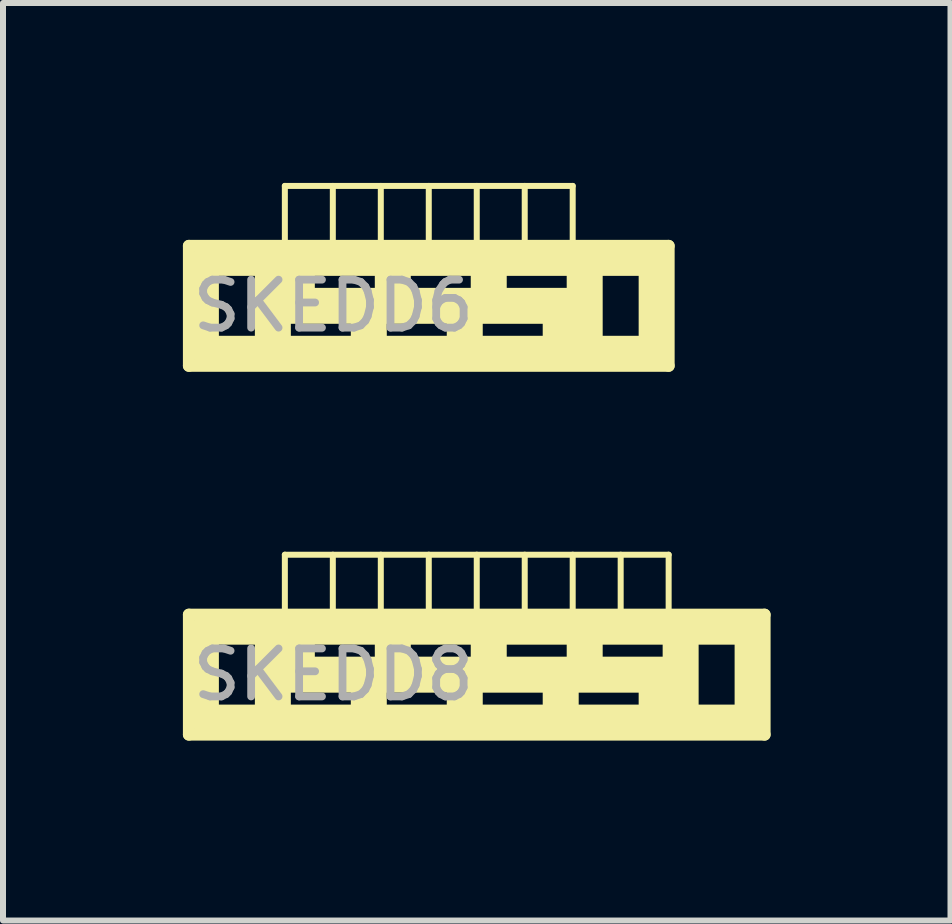
<source format=kicad_pcb>
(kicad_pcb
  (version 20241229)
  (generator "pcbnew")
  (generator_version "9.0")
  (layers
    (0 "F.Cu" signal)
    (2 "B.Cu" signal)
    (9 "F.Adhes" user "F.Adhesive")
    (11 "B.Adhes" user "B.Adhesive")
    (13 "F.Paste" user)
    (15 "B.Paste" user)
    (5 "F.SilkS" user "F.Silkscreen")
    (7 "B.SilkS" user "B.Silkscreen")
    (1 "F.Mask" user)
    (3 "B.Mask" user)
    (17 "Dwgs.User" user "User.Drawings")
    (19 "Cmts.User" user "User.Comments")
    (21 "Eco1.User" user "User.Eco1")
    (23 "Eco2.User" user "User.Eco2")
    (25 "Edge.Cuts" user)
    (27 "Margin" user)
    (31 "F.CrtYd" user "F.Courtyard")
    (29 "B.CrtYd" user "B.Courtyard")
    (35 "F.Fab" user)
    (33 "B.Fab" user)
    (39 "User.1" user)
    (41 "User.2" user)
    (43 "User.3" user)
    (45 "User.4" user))
  (footprint "SKEDD8"
    (layer "F.Cu")
    (at 4.9 8.2)
    (property "Reference" "SKEDD8" (at -4.8 0 0) (layer "F.Fab") (effects (font (size 0.8 0.8) (thickness 0.13)) (justify left)))
    (attr through_hole)
    (fp_line (start -4.8 -1) (end -4.8 1) (stroke (width 0.2) (type solid)) (layer "F.SilkS"))
    (fp_line (start -4.8 1) (end 4.8 1) (stroke (width 0.2) (type solid)) (layer "F.SilkS"))
    (fp_line (start -4.6 -0.8) (end -4.6 0.8) (stroke (width 0.3) (type solid)) (layer "F.SilkS"))
    (fp_line (start -4.4 -0.6) (end -4.4 0.6) (stroke (width 0.2) (type solid)) (layer "F.SilkS"))
    (fp_line (start -4.4 0.6) (end -3.6 0.6) (stroke (width 0.2) (type solid)) (layer "F.SilkS"))
    (fp_line (start -3.6 -0.6) (end -4.4 -0.6) (stroke (width 0.2) (type solid)) (layer "F.SilkS"))
    (fp_line (start -3.6 0.6) (end -3.6 -0.6) (stroke (width 0.2) (type solid)) (layer "F.SilkS"))
    (fp_line (start -3.4 -0.8) (end -3.4 0.8) (stroke (width 0.3) (type solid)) (layer "F.SilkS"))
    (fp_line (start -3.2 -1) (end -3.2 -2) (stroke (width 0.1) (type solid)) (layer "F.SilkS"))
    (fp_line (start -3.2 -0.6) (end -3.2 -0.2) (stroke (width 0.3) (type solid)) (layer "F.SilkS"))
    (fp_line (start -3.2 0.2) (end -3.2 0.6) (stroke (width 0.2) (type solid)) (layer "F.SilkS"))
    (fp_line (start -3 -0.6) (end -3 -0.2) (stroke (width 0.3) (type solid)) (layer "F.SilkS"))
    (fp_line (start -2.8 -0.6) (end -2.8 -0.2) (stroke (width 0.2) (type solid)) (layer "F.SilkS"))
    (fp_line (start -2.4 -1) (end -2.4 -2) (stroke (width 0.1) (type solid)) (layer "F.SilkS"))
    (fp_line (start -2 0.2) (end -3.2 0.2) (stroke (width 0.2) (type solid)) (layer "F.SilkS"))
    (fp_line (start -2 0.2) (end -2 0.6) (stroke (width 0.2) (type solid)) (layer "F.SilkS"))
    (fp_line (start -2 0.6) (end -3.2 0.6) (stroke (width 0.2) (type solid)) (layer "F.SilkS"))
    (fp_line (start -1.8 0.2) (end -1.8 0.6) (stroke (width 0.3) (type solid)) (layer "F.SilkS"))
    (fp_line (start -1.6 -1) (end -1.6 -2) (stroke (width 0.1) (type solid)) (layer "F.SilkS"))
    (fp_line (start -1.6 -0.6) (end -2.8 -0.6) (stroke (width 0.2) (type solid)) (layer "F.SilkS"))
    (fp_line (start -1.6 -0.6) (end -1.6 -0.2) (stroke (width 0.2) (type solid)) (layer "F.SilkS"))
    (fp_line (start -1.6 -0.2) (end -2.8 -0.2) (stroke (width 0.2) (type solid)) (layer "F.SilkS"))
    (fp_line (start -1.6 0.2) (end -1.6 0.6) (stroke (width 0.2) (type solid)) (layer "F.SilkS"))
    (fp_line (start -1.4 -0.6) (end -1.4 -0.2) (stroke (width 0.3) (type solid)) (layer "F.SilkS"))
    (fp_line (start -1.2 -0.6) (end -1.2 -0.2) (stroke (width 0.2) (type solid)) (layer "F.SilkS"))
    (fp_line (start -0.8 -1) (end -0.8 -2) (stroke (width 0.1) (type solid)) (layer "F.SilkS"))
    (fp_line (start -0.4 0.2) (end -1.6 0.2) (stroke (width 0.2) (type solid)) (layer "F.SilkS"))
    (fp_line (start -0.4 0.2) (end -0.4 0.6) (stroke (width 0.2) (type solid)) (layer "F.SilkS"))
    (fp_line (start -0.4 0.6) (end -1.6 0.6) (stroke (width 0.2) (type solid)) (layer "F.SilkS"))
    (fp_line (start -0.2 0.2) (end -0.2 0.6) (stroke (width 0.3) (type solid)) (layer "F.SilkS"))
    (fp_line (start 0 -1) (end 0 -2) (stroke (width 0.1) (type solid)) (layer "F.SilkS"))
    (fp_line (start 0 -0.6) (end -1.2 -0.6) (stroke (width 0.2) (type solid)) (layer "F.SilkS"))
    (fp_line (start 0 -0.6) (end 0 -0.2) (stroke (width 0.2) (type solid)) (layer "F.SilkS"))
    (fp_line (start 0 -0.2) (end -1.2 -0.2) (stroke (width 0.2) (type solid)) (layer "F.SilkS"))
    (fp_line (start 0 0.2) (end 0 0.6) (stroke (width 0.2) (type solid)) (layer "F.SilkS"))
    (fp_line (start 0.2 -0.6) (end 0.2 -0.2) (stroke (width 0.3) (type solid)) (layer "F.SilkS"))
    (fp_line (start 0.4 -0.6) (end 0.4 -0.2) (stroke (width 0.2) (type solid)) (layer "F.SilkS"))
    (fp_line (start 0.8 -1) (end 0.8 -2) (stroke (width 0.1) (type solid)) (layer "F.SilkS"))
    (fp_line (start 1.2 0.2) (end 0 0.2) (stroke (width 0.2) (type solid)) (layer "F.SilkS"))
    (fp_line (start 1.2 0.2) (end 1.2 0.6) (stroke (width 0.2) (type solid)) (layer "F.SilkS"))
    (fp_line (start 1.2 0.6) (end 0 0.6) (stroke (width 0.2) (type solid)) (layer "F.SilkS"))
    (fp_line (start 1.4 0.2) (end 1.4 0.6) (stroke (width 0.3) (type solid)) (layer "F.SilkS"))
    (fp_line (start 1.6 -1) (end 1.6 -2) (stroke (width 0.1) (type solid)) (layer "F.SilkS"))
    (fp_line (start 1.6 -0.6) (end 0.4 -0.6) (stroke (width 0.2) (type solid)) (layer "F.SilkS"))
    (fp_line (start 1.6 -0.6) (end 1.6 -0.2) (stroke (width 0.2) (type solid)) (layer "F.SilkS"))
    (fp_line (start 1.6 -0.2) (end 0.4 -0.2) (stroke (width 0.2) (type solid)) (layer "F.SilkS"))
    (fp_line (start 1.6 0.2) (end 1.6 0.6) (stroke (width 0.2) (type solid)) (layer "F.SilkS"))
    (fp_line (start 1.8 -0.6) (end 1.8 -0.2) (stroke (width 0.3) (type solid)) (layer "F.SilkS"))
    (fp_line (start 2 -0.6) (end 2 -0.2) (stroke (width 0.2) (type solid)) (layer "F.SilkS"))
    (fp_line (start 2.4 -1) (end 2.4 -2) (stroke (width 0.1) (type solid)) (layer "F.SilkS"))
    (fp_line (start 2.8 0.2) (end 1.6 0.2) (stroke (width 0.2) (type solid)) (layer "F.SilkS"))
    (fp_line (start 2.8 0.2) (end 2.8 0.6) (stroke (width 0.2) (type solid)) (layer "F.SilkS"))
    (fp_line (start 2.8 0.6) (end 1.6 0.6) (stroke (width 0.2) (type solid)) (layer "F.SilkS"))
    (fp_line (start 3 0.2) (end 3 0.6) (stroke (width 0.3) (type solid)) (layer "F.SilkS"))
    (fp_line (start 3.2 -2) (end -3.2 -2) (stroke (width 0.1) (type solid)) (layer "F.SilkS"))
    (fp_line (start 3.2 -1) (end 3.2 -2) (stroke (width 0.1) (type solid)) (layer "F.SilkS"))
    (fp_line (start 3.2 -0.6) (end 2 -0.6) (stroke (width 0.2) (type solid)) (layer "F.SilkS"))
    (fp_line (start 3.2 -0.6) (end 3.2 -0.2) (stroke (width 0.2) (type solid)) (layer "F.SilkS"))
    (fp_line (start 3.2 -0.2) (end 2 -0.2) (stroke (width 0.2) (type solid)) (layer "F.SilkS"))
    (fp_line (start 3.2 0.2) (end 3.2 0.6) (stroke (width 0.3) (type solid)) (layer "F.SilkS"))
    (fp_line (start 3.4 -0.8) (end 3.4 0.8) (stroke (width 0.3) (type solid)) (layer "F.SilkS"))
    (fp_line (start 3.4 0) (end -3.4 0) (stroke (width 0.3) (type solid)) (layer "F.SilkS"))
    (fp_line (start 3.6 -0.6) (end 3.6 0.6) (stroke (width 0.2) (type solid)) (layer "F.SilkS"))
    (fp_line (start 3.6 0.6) (end 4.4 0.6) (stroke (width 0.2) (type solid)) (layer "F.SilkS"))
    (fp_line (start 4.4 -0.6) (end 3.6 -0.6) (stroke (width 0.2) (type solid)) (layer "F.SilkS"))
    (fp_line (start 4.4 0.6) (end 4.4 -0.6) (stroke (width 0.2) (type solid)) (layer "F.SilkS"))
    (fp_line (start 4.6 -0.8) (end -4.6 -0.8) (stroke (width 0.3) (type solid)) (layer "F.SilkS"))
    (fp_line (start 4.6 -0.8) (end 4.6 0.8) (stroke (width 0.3) (type solid)) (layer "F.SilkS"))
    (fp_line (start 4.6 0.8) (end -4.6 0.8) (stroke (width 0.3) (type solid)) (layer "F.SilkS"))
    (fp_line (start 4.8 -1) (end -4.8 -1) (stroke (width 0.2) (type solid)) (layer "F.SilkS"))
    (fp_line (start 4.8 1) (end 4.8 -1) (stroke (width 0.2) (type solid)) (layer "F.SilkS")))
  (footprint "SKEDD6"
    (layer "F.Cu")
    (at 4.1 2.05)
    (property "Reference" "SKEDD6" (at -4 0 0) (layer "F.Fab") (effects (font (size 0.8 0.8) (thickness 0.13)) (justify left)))
    (attr through_hole)
    (fp_line (start -4 -1) (end -4 1) (stroke (width 0.2) (type solid)) (layer "F.SilkS"))
    (fp_line (start -4 1) (end 4 1) (stroke (width 0.2) (type solid)) (layer "F.SilkS"))
    (fp_line (start -3.8 -0.8) (end -3.8 0.8) (stroke (width 0.3) (type solid)) (layer "F.SilkS"))
    (fp_line (start -3.6 -0.6) (end -3.6 0.6) (stroke (width 0.2) (type solid)) (layer "F.SilkS"))
    (fp_line (start -3.6 0.6) (end -2.8 0.6) (stroke (width 0.2) (type solid)) (layer "F.SilkS"))
    (fp_line (start -2.8 -0.6) (end -3.6 -0.6) (stroke (width 0.2) (type solid)) (layer "F.SilkS"))
    (fp_line (start -2.8 0.6) (end -2.8 -0.6) (stroke (width 0.2) (type solid)) (layer "F.SilkS"))
    (fp_line (start -2.6 -0.8) (end -2.6 0.8) (stroke (width 0.3) (type solid)) (layer "F.SilkS"))
    (fp_line (start -2.4 -1) (end -2.4 -2) (stroke (width 0.1) (type solid)) (layer "F.SilkS"))
    (fp_line (start -2.4 -0.6) (end -2.4 -0.2) (stroke (width 0.3) (type solid)) (layer "F.SilkS"))
    (fp_line (start -2.4 0.2) (end -2.4 0.6) (stroke (width 0.2) (type solid)) (layer "F.SilkS"))
    (fp_line (start -2.2 -0.6) (end -2.2 -0.2) (stroke (width 0.3) (type solid)) (layer "F.SilkS"))
    (fp_line (start -2 -0.6) (end -2 -0.2) (stroke (width 0.2) (type solid)) (layer "F.SilkS"))
    (fp_line (start -1.6 -1) (end -1.6 -2) (stroke (width 0.1) (type solid)) (layer "F.SilkS"))
    (fp_line (start -1.2 0.2) (end -2.4 0.2) (stroke (width 0.2) (type solid)) (layer "F.SilkS"))
    (fp_line (start -1.2 0.2) (end -1.2 0.6) (stroke (width 0.2) (type solid)) (layer "F.SilkS"))
    (fp_line (start -1.2 0.6) (end -2.4 0.6) (stroke (width 0.2) (type solid)) (layer "F.SilkS"))
    (fp_line (start -1 0.2) (end -1 0.6) (stroke (width 0.3) (type solid)) (layer "F.SilkS"))
    (fp_line (start -0.8 -1) (end -0.8 -2) (stroke (width 0.1) (type solid)) (layer "F.SilkS"))
    (fp_line (start -0.8 -0.6) (end -2 -0.6) (stroke (width 0.2) (type solid)) (layer "F.SilkS"))
    (fp_line (start -0.8 -0.6) (end -0.8 -0.2) (stroke (width 0.2) (type solid)) (layer "F.SilkS"))
    (fp_line (start -0.8 -0.2) (end -2 -0.2) (stroke (width 0.2) (type solid)) (layer "F.SilkS"))
    (fp_line (start -0.8 0.2) (end -0.8 0.6) (stroke (width 0.2) (type solid)) (layer "F.SilkS"))
    (fp_line (start -0.6 -0.6) (end -0.6 -0.2) (stroke (width 0.3) (type solid)) (layer "F.SilkS"))
    (fp_line (start -0.4 -0.6) (end -0.4 -0.2) (stroke (width 0.2) (type solid)) (layer "F.SilkS"))
    (fp_line (start 0 -1) (end 0 -2) (stroke (width 0.1) (type solid)) (layer "F.SilkS"))
    (fp_line (start 0.4 0.2) (end -0.8 0.2) (stroke (width 0.2) (type solid)) (layer "F.SilkS"))
    (fp_line (start 0.4 0.2) (end 0.4 0.6) (stroke (width 0.2) (type solid)) (layer "F.SilkS"))
    (fp_line (start 0.4 0.6) (end -0.8 0.6) (stroke (width 0.2) (type solid)) (layer "F.SilkS"))
    (fp_line (start 0.6 0.2) (end 0.6 0.6) (stroke (width 0.3) (type solid)) (layer "F.SilkS"))
    (fp_line (start 0.8 -1) (end 0.8 -2) (stroke (width 0.1) (type solid)) (layer "F.SilkS"))
    (fp_line (start 0.8 -0.6) (end -0.4 -0.6) (stroke (width 0.2) (type solid)) (layer "F.SilkS"))
    (fp_line (start 0.8 -0.6) (end 0.8 -0.2) (stroke (width 0.2) (type solid)) (layer "F.SilkS"))
    (fp_line (start 0.8 -0.2) (end -0.4 -0.2) (stroke (width 0.2) (type solid)) (layer "F.SilkS"))
    (fp_line (start 0.8 0.2) (end 0.8 0.6) (stroke (width 0.2) (type solid)) (layer "F.SilkS"))
    (fp_line (start 1 -0.6) (end 1 -0.2) (stroke (width 0.3) (type solid)) (layer "F.SilkS"))
    (fp_line (start 1.2 -0.6) (end 1.2 -0.2) (stroke (width 0.2) (type solid)) (layer "F.SilkS"))
    (fp_line (start 1.6 -1) (end 1.6 -2) (stroke (width 0.1) (type solid)) (layer "F.SilkS"))
    (fp_line (start 2 0.2) (end 0.8 0.2) (stroke (width 0.2) (type solid)) (layer "F.SilkS"))
    (fp_line (start 2 0.2) (end 2 0.6) (stroke (width 0.2) (type solid)) (layer "F.SilkS"))
    (fp_line (start 2 0.6) (end 0.8 0.6) (stroke (width 0.2) (type solid)) (layer "F.SilkS"))
    (fp_line (start 2.2 0.2) (end 2.2 0.6) (stroke (width 0.3) (type solid)) (layer "F.SilkS"))
    (fp_line (start 2.4 -2) (end -2.4 -2) (stroke (width 0.1) (type solid)) (layer "F.SilkS"))
    (fp_line (start 2.4 -1) (end 2.4 -2) (stroke (width 0.1) (type solid)) (layer "F.SilkS"))
    (fp_line (start 2.4 -0.6) (end 1.2 -0.6) (stroke (width 0.2) (type solid)) (layer "F.SilkS"))
    (fp_line (start 2.4 -0.6) (end 2.4 -0.2) (stroke (width 0.2) (type solid)) (layer "F.SilkS"))
    (fp_line (start 2.4 -0.2) (end 1.2 -0.2) (stroke (width 0.2) (type solid)) (layer "F.SilkS"))
    (fp_line (start 2.4 0.2) (end 2.4 0.6) (stroke (width 0.3) (type solid)) (layer "F.SilkS"))
    (fp_line (start 2.6 -0.8) (end 2.6 0.8) (stroke (width 0.3) (type solid)) (layer "F.SilkS"))
    (fp_line (start 2.6 0) (end -2.6 0) (stroke (width 0.3) (type solid)) (layer "F.SilkS"))
    (fp_line (start 2.8 -0.6) (end 2.8 0.6) (stroke (width 0.2) (type solid)) (layer "F.SilkS"))
    (fp_line (start 2.8 0.6) (end 3.6 0.6) (stroke (width 0.2) (type solid)) (layer "F.SilkS"))
    (fp_line (start 3.6 -0.6) (end 2.8 -0.6) (stroke (width 0.2) (type solid)) (layer "F.SilkS"))
    (fp_line (start 3.6 0.6) (end 3.6 -0.6) (stroke (width 0.2) (type solid)) (layer "F.SilkS"))
    (fp_line (start 3.8 -0.8) (end -3.8 -0.8) (stroke (width 0.3) (type solid)) (layer "F.SilkS"))
    (fp_line (start 3.8 -0.8) (end 3.8 0.8) (stroke (width 0.3) (type solid)) (layer "F.SilkS"))
    (fp_line (start 3.8 0.8) (end -3.8 0.8) (stroke (width 0.3) (type solid)) (layer "F.SilkS"))
    (fp_line (start 4 -1) (end -4 -1) (stroke (width 0.2) (type solid)) (layer "F.SilkS"))
    (fp_line (start 4 1) (end 4 -1) (stroke (width 0.2) (type solid)) (layer "F.SilkS")))
  (gr_rect
    (start -3 -3)
    (end 12.8 12.3)
    (stroke (width 0.1) (type default))
    (fill no)
    (layer "Edge.Cuts")))
</source>
